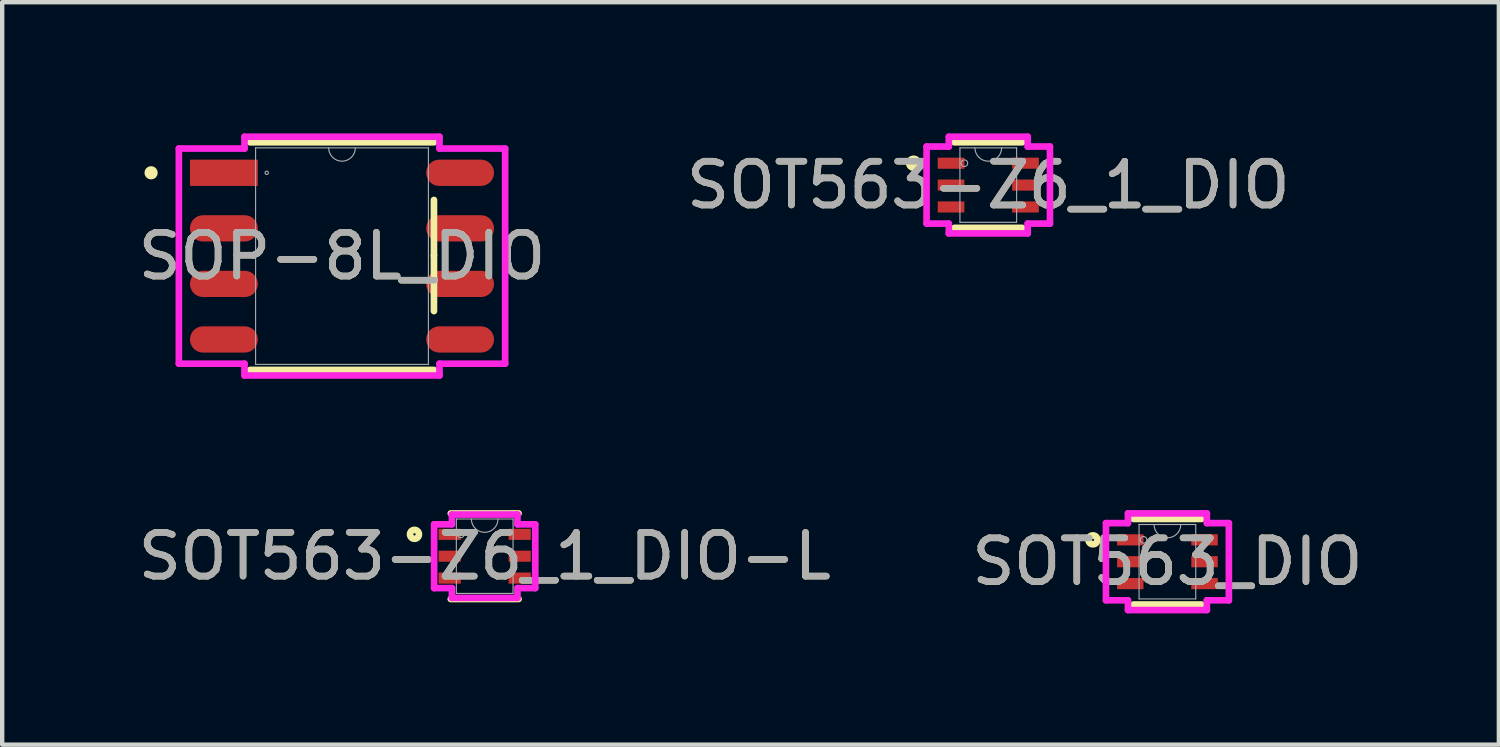
<source format=kicad_pcb>
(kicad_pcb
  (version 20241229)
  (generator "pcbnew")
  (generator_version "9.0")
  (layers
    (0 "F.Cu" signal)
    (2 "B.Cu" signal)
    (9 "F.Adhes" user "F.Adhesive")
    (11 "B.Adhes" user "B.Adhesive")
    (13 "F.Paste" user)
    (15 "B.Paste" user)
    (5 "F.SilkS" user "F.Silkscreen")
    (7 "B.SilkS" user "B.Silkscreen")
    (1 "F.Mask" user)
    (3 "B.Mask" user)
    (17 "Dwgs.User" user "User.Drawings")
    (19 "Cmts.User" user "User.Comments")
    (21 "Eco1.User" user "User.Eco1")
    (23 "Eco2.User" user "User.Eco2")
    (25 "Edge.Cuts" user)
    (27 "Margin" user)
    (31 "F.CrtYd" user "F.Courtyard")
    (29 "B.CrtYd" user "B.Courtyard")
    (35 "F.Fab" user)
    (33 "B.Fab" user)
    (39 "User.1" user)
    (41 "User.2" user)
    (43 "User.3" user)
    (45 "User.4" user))
  (footprint "SOT563_DIO"
    (layer "F.Cu")
    (at 23.637 9.791)
    (property "Reference" "SOT563_DIO" (at 0 0 0) (unlocked yes) (layer "F.SilkS") (effects (font (size 1 1) (thickness 0.15))))
    (attr smd)
    (fp_line (start -0.775 0.978) (end 0.775 0.978) (stroke (width 0.152) (type solid)) (layer "F.SilkS"))
    (fp_line (start 0.775 -0.978) (end -0.775 -0.978) (stroke (width 0.152) (type solid)) (layer "F.SilkS"))
    (fp_circle (center -1.702 -0.5) (end -1.6 -0.5) (stroke (width 0.152) (type solid)) (fill no) (layer "F.SilkS"))
    (fp_line (start -1.405 -0.882) (end -0.902 -0.882) (stroke (width 0.152) (type solid)) (layer "F.CrtYd"))
    (fp_line (start -1.405 0.882) (end -1.405 -0.882) (stroke (width 0.152) (type solid)) (layer "F.CrtYd"))
    (fp_line (start -1.405 0.882) (end -0.902 0.882) (stroke (width 0.152) (type solid)) (layer "F.CrtYd"))
    (fp_line (start -0.902 -1.105) (end 0.902 -1.105) (stroke (width 0.152) (type solid)) (layer "F.CrtYd"))
    (fp_line (start -0.902 -0.882) (end -0.902 -1.105) (stroke (width 0.152) (type solid)) (layer "F.CrtYd"))
    (fp_line (start -0.902 1.105) (end -0.902 0.882) (stroke (width 0.152) (type solid)) (layer "F.CrtYd"))
    (fp_line (start 0.902 -1.105) (end 0.902 -0.882) (stroke (width 0.152) (type solid)) (layer "F.CrtYd"))
    (fp_line (start 0.902 0.882) (end 0.902 1.105) (stroke (width 0.152) (type solid)) (layer "F.CrtYd"))
    (fp_line (start 0.902 1.105) (end -0.902 1.105) (stroke (width 0.152) (type solid)) (layer "F.CrtYd"))
    (fp_line (start 1.405 -0.882) (end 0.902 -0.882) (stroke (width 0.152) (type solid)) (layer "F.CrtYd"))
    (fp_line (start 1.405 -0.882) (end 1.405 0.882) (stroke (width 0.152) (type solid)) (layer "F.CrtYd"))
    (fp_line (start 1.405 0.882) (end 0.902 0.882) (stroke (width 0.152) (type solid)) (layer "F.CrtYd"))
    (fp_line (start -0.648 -0.851) (end -0.648 0.851) (stroke (width 0.025) (type solid)) (layer "F.Fab"))
    (fp_line (start -0.648 0.851) (end 0.648 0.851) (stroke (width 0.025) (type solid)) (layer "F.Fab"))
    (fp_line (start 0.648 -0.851) (end -0.648 -0.851) (stroke (width 0.025) (type solid)) (layer "F.Fab"))
    (fp_line (start 0.648 0.851) (end 0.648 -0.851) (stroke (width 0.025) (type solid)) (layer "F.Fab"))
    (fp_arc (start 0.3048 -0.8509) (mid 0 -0.5461) (end -0.3048 -0.8509) (stroke (width 0.0254) (type solid)) (layer "F.Fab"))
    (fp_circle (center -0.546 -0.5) (end -0.47 -0.5) (stroke (width 0.025) (type solid)) (fill no) (layer "F.Fab"))
    (fp_text user "${REFERENCE}" (at 0 0 0) (unlocked yes) (layer "F.Fab") (effects (font (size 1 1) (thickness 0.15))))
    (pad "1" smd rect (at -0.849 -0.5) (size 0.605 0.255) (layers "F.Cu" "F.Mask" "F.Paste"))
    (pad "2" smd rect (at -0.849 0) (size 0.605 0.255) (layers "F.Cu" "F.Mask" "F.Paste"))
    (pad "3" smd rect (at -0.849 0.5) (size 0.605 0.255) (layers "F.Cu" "F.Mask" "F.Paste"))
    (pad "4" smd rect (at 0.849 0.5) (size 0.605 0.255) (layers "F.Cu" "F.Mask" "F.Paste"))
    (pad "5" smd rect (at 0.849 0) (size 0.605 0.255) (layers "F.Cu" "F.Mask" "F.Paste"))
    (pad "6" smd rect (at 0.849 -0.5) (size 0.605 0.255) (layers "F.Cu" "F.Mask" "F.Paste")))
  (footprint "SOP-8L_DIO"
    (layer "F.Cu")
    (at 4.768 2.805)
    (property "Reference" "SOP-8L_DIO" (at 0 0 0) (unlocked yes) (layer "F.SilkS") (effects (font (size 1 1) (thickness 0.15))))
    (attr smd)
    (fp_line (start -2.102 2.602) (end 2.102 2.602) (stroke (width 0.152) (type solid)) (layer "F.SilkS"))
    (fp_line (start 2.102 -2.602) (end -2.102 -2.602) (stroke (width 0.152) (type solid)) (layer "F.SilkS"))
    (fp_line (start 2.102 -0.014) (end 2.102 -1.284) (stroke (width 0.152) (type solid)) (layer "F.SilkS"))
    (fp_line (start 2.102 1.256) (end 2.102 -0.014) (stroke (width 0.152) (type solid)) (layer "F.SilkS"))
    (fp_circle (center -4.364 -1.905) (end -4.288 -1.905) (stroke (width 0.152) (type solid)) (fill no) (layer "F.SilkS"))
    (fp_line (start -3.729 -2.459) (end -2.229 -2.459) (stroke (width 0.152) (type solid)) (layer "F.CrtYd"))
    (fp_line (start -3.729 2.459) (end -3.729 -2.459) (stroke (width 0.152) (type solid)) (layer "F.CrtYd"))
    (fp_line (start -3.729 2.459) (end -2.229 2.459) (stroke (width 0.152) (type solid)) (layer "F.CrtYd"))
    (fp_line (start -2.229 -2.729) (end 2.229 -2.729) (stroke (width 0.152) (type solid)) (layer "F.CrtYd"))
    (fp_line (start -2.229 -2.459) (end -2.229 -2.729) (stroke (width 0.152) (type solid)) (layer "F.CrtYd"))
    (fp_line (start -2.229 2.729) (end -2.229 2.459) (stroke (width 0.152) (type solid)) (layer "F.CrtYd"))
    (fp_line (start 2.229 -2.729) (end 2.229 -2.459) (stroke (width 0.152) (type solid)) (layer "F.CrtYd"))
    (fp_line (start 2.229 2.459) (end 2.229 2.729) (stroke (width 0.152) (type solid)) (layer "F.CrtYd"))
    (fp_line (start 2.229 2.729) (end -2.229 2.729) (stroke (width 0.152) (type solid)) (layer "F.CrtYd"))
    (fp_line (start 3.729 -2.459) (end 2.229 -2.459) (stroke (width 0.152) (type solid)) (layer "F.CrtYd"))
    (fp_line (start 3.729 -2.459) (end 3.729 2.459) (stroke (width 0.152) (type solid)) (layer "F.CrtYd"))
    (fp_line (start 3.729 2.459) (end 2.229 2.459) (stroke (width 0.152) (type solid)) (layer "F.CrtYd"))
    (fp_line (start -1.975 -2.475) (end -1.975 2.475) (stroke (width 0.025) (type solid)) (layer "F.Fab"))
    (fp_line (start -1.975 2.475) (end 1.975 2.475) (stroke (width 0.025) (type solid)) (layer "F.Fab"))
    (fp_line (start 1.975 -2.475) (end -1.975 -2.475) (stroke (width 0.025) (type solid)) (layer "F.Fab"))
    (fp_line (start 1.975 2.475) (end 1.975 -2.475) (stroke (width 0.025) (type solid)) (layer "F.Fab"))
    (fp_arc (start 0.3048 -2.475) (mid 0 -2.1702) (end -0.3048 -2.475) (stroke (width 0.0254) (type solid)) (layer "F.Fab"))
    (fp_circle (center -1.721 -1.905) (end -1.683 -1.905) (stroke (width 0.025) (type solid)) (fill no) (layer "F.Fab"))
    (fp_text user "${REFERENCE}" (at 0 0 0) (unlocked yes) (layer "F.Fab") (effects (font (size 1 1) (thickness 0.15))))
    (pad "1" smd rect (at -2.7 -1.905) (size 1.55 0.6) (layers "F.Cu" "F.Mask" "F.Paste"))
    (pad "2" smd oval (at -2.7 -0.635) (size 1.55 0.6) (layers "F.Cu" "F.Mask" "F.Paste"))
    (pad "3" smd oval (at -2.7 0.635) (size 1.55 0.6) (layers "F.Cu" "F.Mask" "F.Paste"))
    (pad "4" smd oval (at -2.7 1.905) (size 1.55 0.6) (layers "F.Cu" "F.Mask" "F.Paste"))
    (pad "5" smd oval (at 2.7 1.905) (size 1.55 0.6) (layers "F.Cu" "F.Mask" "F.Paste"))
    (pad "6" smd oval (at 2.7 0.635) (size 1.55 0.6) (layers "F.Cu" "F.Mask" "F.Paste"))
    (pad "7" smd oval (at 2.7 -0.635) (size 1.55 0.6) (layers "F.Cu" "F.Mask" "F.Paste"))
    (pad "8" smd oval (at 2.7 -1.905) (size 1.55 0.6) (layers "F.Cu" "F.Mask" "F.Paste")))
  (footprint "SOT563-Z6_1_DIO"
    (layer "F.Cu")
    (at 19.542 1.181)
    (property "Reference" "SOT563-Z6_1_DIO" (at 0 0 0) (unlocked yes) (layer "F.SilkS") (effects (font (size 1 1) (thickness 0.15))))
    (attr smd)
    (fp_line (start -0.775 0.978) (end 0.775 0.978) (stroke (width 0.152) (type solid)) (layer "F.SilkS"))
    (fp_line (start 0.775 -0.978) (end -0.775 -0.978) (stroke (width 0.152) (type solid)) (layer "F.SilkS"))
    (fp_circle (center -1.706 -0.5) (end -1.605 -0.5) (stroke (width 0.152) (type solid)) (fill no) (layer "F.SilkS"))
    (fp_line (start -1.41 -0.881) (end -0.902 -0.881) (stroke (width 0.152) (type solid)) (layer "F.CrtYd"))
    (fp_line (start -1.41 0.881) (end -1.41 -0.881) (stroke (width 0.152) (type solid)) (layer "F.CrtYd"))
    (fp_line (start -1.41 0.881) (end -0.902 0.881) (stroke (width 0.152) (type solid)) (layer "F.CrtYd"))
    (fp_line (start -0.902 -1.105) (end 0.902 -1.105) (stroke (width 0.152) (type solid)) (layer "F.CrtYd"))
    (fp_line (start -0.902 -0.881) (end -0.902 -1.105) (stroke (width 0.152) (type solid)) (layer "F.CrtYd"))
    (fp_line (start -0.902 1.105) (end -0.902 0.881) (stroke (width 0.152) (type solid)) (layer "F.CrtYd"))
    (fp_line (start 0.902 -1.105) (end 0.902 -0.881) (stroke (width 0.152) (type solid)) (layer "F.CrtYd"))
    (fp_line (start 0.902 0.881) (end 0.902 1.105) (stroke (width 0.152) (type solid)) (layer "F.CrtYd"))
    (fp_line (start 0.902 1.105) (end -0.902 1.105) (stroke (width 0.152) (type solid)) (layer "F.CrtYd"))
    (fp_line (start 1.41 -0.881) (end 0.902 -0.881) (stroke (width 0.152) (type solid)) (layer "F.CrtYd"))
    (fp_line (start 1.41 -0.881) (end 1.41 0.881) (stroke (width 0.152) (type solid)) (layer "F.CrtYd"))
    (fp_line (start 1.41 0.881) (end 0.902 0.881) (stroke (width 0.152) (type solid)) (layer "F.CrtYd"))
    (fp_line (start -0.648 -0.851) (end -0.648 0.851) (stroke (width 0.025) (type solid)) (layer "F.Fab"))
    (fp_line (start -0.648 0.851) (end 0.648 0.851) (stroke (width 0.025) (type solid)) (layer "F.Fab"))
    (fp_line (start 0.648 -0.851) (end -0.648 -0.851) (stroke (width 0.025) (type solid)) (layer "F.Fab"))
    (fp_line (start 0.648 0.851) (end 0.648 -0.851) (stroke (width 0.025) (type solid)) (layer "F.Fab"))
    (fp_arc (start 0.3048 -0.8509) (mid 0 -0.5461) (end -0.3048 -0.8509) (stroke (width 0.0254) (type solid)) (layer "F.Fab"))
    (fp_circle (center -0.546 -0.5) (end -0.47 -0.5) (stroke (width 0.025) (type solid)) (fill no) (layer "F.Fab"))
    (fp_text user "${REFERENCE}" (at 0 0 0) (unlocked yes) (layer "F.Fab") (effects (font (size 1 1) (thickness 0.15))))
    (pad "1" smd rect (at -0.851 -0.5) (size 0.61 0.254) (layers "F.Cu" "F.Mask" "F.Paste"))
    (pad "2" smd rect (at -0.851 0) (size 0.61 0.254) (layers "F.Cu" "F.Mask" "F.Paste"))
    (pad "3" smd rect (at -0.851 0.5) (size 0.61 0.254) (layers "F.Cu" "F.Mask" "F.Paste"))
    (pad "4" smd rect (at 0.851 0.5) (size 0.61 0.254) (layers "F.Cu" "F.Mask" "F.Paste"))
    (pad "5" smd rect (at 0.851 0) (size 0.61 0.254) (layers "F.Cu" "F.Mask" "F.Paste"))
    (pad "6" smd rect (at 0.851 -0.5) (size 0.61 0.254) (layers "F.Cu" "F.Mask" "F.Paste")))
  (footprint "SOT563-Z6_1_DIO-L"
    (layer "F.Cu")
    (at 8.03 9.665)
    (property "Reference" "SOT563-Z6_1_DIO-L" (at 0 0 0) (unlocked yes) (layer "F.SilkS") (effects (font (size 1 1) (thickness 0.15))))
    (attr smd)
    (fp_line (start -0.775 0.978) (end 0.775 0.978) (stroke (width 0.152) (type solid)) (layer "F.SilkS"))
    (fp_line (start 0.775 -0.978) (end -0.775 -0.978) (stroke (width 0.152) (type solid)) (layer "F.SilkS"))
    (fp_circle (center -1.605 -0.5) (end -1.503 -0.5) (stroke (width 0.152) (type solid)) (fill no) (layer "F.SilkS"))
    (fp_line (start -1.156 -0.729) (end -0.749 -0.729) (stroke (width 0.152) (type solid)) (layer "F.CrtYd"))
    (fp_line (start -1.156 0.729) (end -1.156 -0.729) (stroke (width 0.152) (type solid)) (layer "F.CrtYd"))
    (fp_line (start -1.156 0.729) (end -0.749 0.729) (stroke (width 0.152) (type solid)) (layer "F.CrtYd"))
    (fp_line (start -0.749 -0.953) (end 0.749 -0.953) (stroke (width 0.152) (type solid)) (layer "F.CrtYd"))
    (fp_line (start -0.749 -0.729) (end -0.749 -0.953) (stroke (width 0.152) (type solid)) (layer "F.CrtYd"))
    (fp_line (start -0.749 0.953) (end -0.749 0.729) (stroke (width 0.152) (type solid)) (layer "F.CrtYd"))
    (fp_line (start 0.749 -0.953) (end 0.749 -0.729) (stroke (width 0.152) (type solid)) (layer "F.CrtYd"))
    (fp_line (start 0.749 0.729) (end 0.749 0.953) (stroke (width 0.152) (type solid)) (layer "F.CrtYd"))
    (fp_line (start 0.749 0.953) (end -0.749 0.953) (stroke (width 0.152) (type solid)) (layer "F.CrtYd"))
    (fp_line (start 1.156 -0.729) (end 0.749 -0.729) (stroke (width 0.152) (type solid)) (layer "F.CrtYd"))
    (fp_line (start 1.156 -0.729) (end 1.156 0.729) (stroke (width 0.152) (type solid)) (layer "F.CrtYd"))
    (fp_line (start 1.156 0.729) (end 0.749 0.729) (stroke (width 0.152) (type solid)) (layer "F.CrtYd"))
    (fp_line (start -0.648 -0.851) (end -0.648 0.851) (stroke (width 0.025) (type solid)) (layer "F.Fab"))
    (fp_line (start -0.648 0.851) (end 0.648 0.851) (stroke (width 0.025) (type solid)) (layer "F.Fab"))
    (fp_line (start 0.648 -0.851) (end -0.648 -0.851) (stroke (width 0.025) (type solid)) (layer "F.Fab"))
    (fp_line (start 0.648 0.851) (end 0.648 -0.851) (stroke (width 0.025) (type solid)) (layer "F.Fab"))
    (fp_arc (start 0.3048 -0.8509) (mid 0 -0.5461) (end -0.3048 -0.8509) (stroke (width 0.0254) (type solid)) (layer "F.Fab"))
    (fp_circle (center -0.546 -0.5) (end -0.47 -0.5) (stroke (width 0.025) (type solid)) (fill no) (layer "F.Fab"))
    (fp_text user "${REFERENCE}" (at 0 0 0) (unlocked yes) (layer "F.Fab") (effects (font (size 1 1) (thickness 0.15))))
    (pad "1" smd rect (at -0.8 -0.5) (size 0.508 0.254) (layers "F.Cu" "F.Mask" "F.Paste"))
    (pad "2" smd rect (at -0.8 0) (size 0.508 0.254) (layers "F.Cu" "F.Mask" "F.Paste"))
    (pad "3" smd rect (at -0.8 0.5) (size 0.508 0.254) (layers "F.Cu" "F.Mask" "F.Paste"))
    (pad "4" smd rect (at 0.8 0.5) (size 0.508 0.254) (layers "F.Cu" "F.Mask" "F.Paste"))
    (pad "5" smd rect (at 0.8 0) (size 0.508 0.254) (layers "F.Cu" "F.Mask" "F.Paste"))
    (pad "6" smd rect (at 0.8 -0.5) (size 0.508 0.254) (layers "F.Cu" "F.Mask" "F.Paste")))
  (gr_rect
    (start -3 -3)
    (end 31.214 13.973)
    (stroke (width 0.1) (type default))
    (fill no)
    (layer "Edge.Cuts")))
</source>
